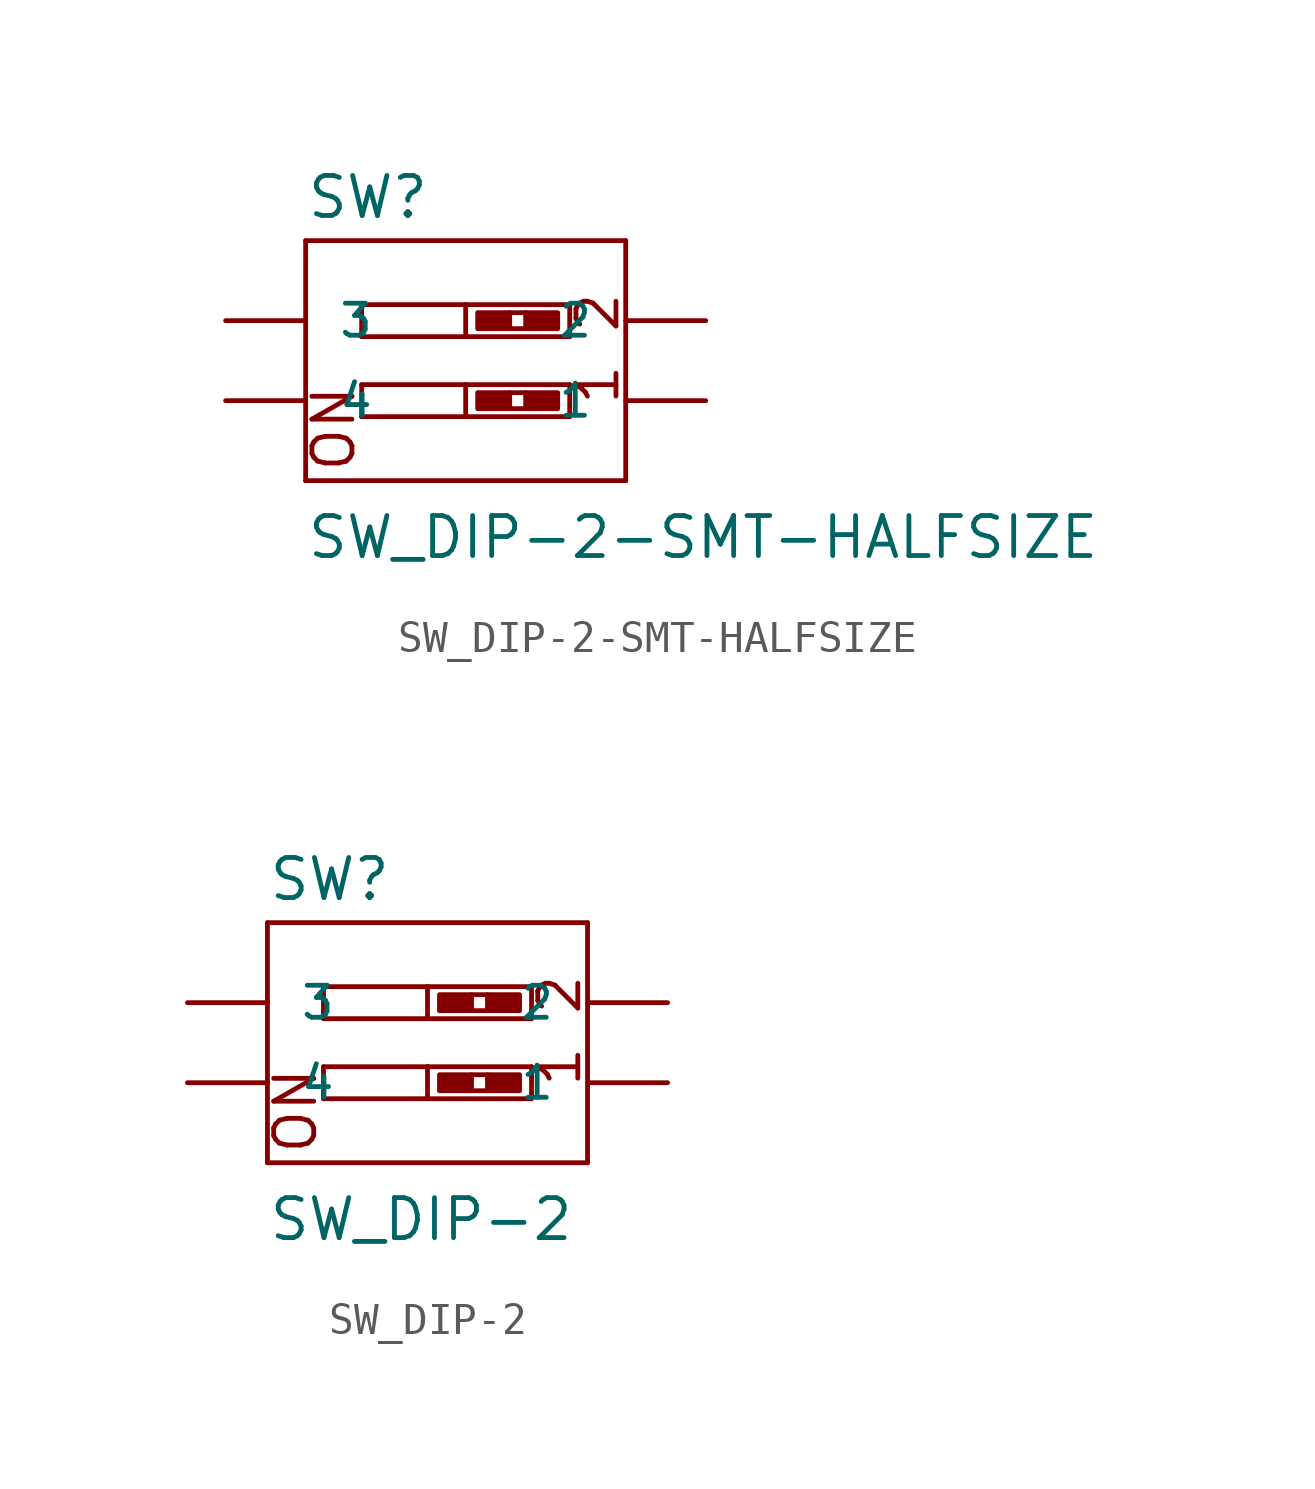
<source format=kicad_sym>
(kicad_symbol_lib
  (version 20211014)
  (generator kicad_symbol_editor)
  (symbol "SW_DIP-2-SMT-HALFSIZE"
    (pin_numbers hide)
    (pin_names
      (offset 1.016))
    (property "Reference" "SW"
      (at -5.08 3.175 0)
      (effects (font (size 1.27 1.27)) (justify left bottom)))
    (property "Value" "SW_DIP-2-SMT-HALFSIZE"
      (at -5.08 -7.62 0)
      (effects (font (size 1.27 1.27)) (justify left bottom)))
    (property "ki_locked" ""
      (at 0 0 0)
      (effects (font (size 1.27 1.27))))
    (symbol "SW_DIP-2-SMT-HALFSIZE_1_0"
      (polyline (pts (xy -5.08 -5.08) (xy -5.08 2.54)) (stroke (width 0) (type default) (color 0 0 0 0)) (fill (type none)))
      (polyline (pts (xy -5.08 -5.08) (xy 5.08 -5.08)) (stroke (width 0) (type default) (color 0 0 0 0)) (fill (type none)))
      (polyline (pts (xy -3.302 -3.048) (xy -3.302 -2.032)) (stroke (width 0) (type default) (color 0 0 0 0)) (fill (type none)))
      (polyline (pts (xy -3.302 -2.032) (xy 0 -2.032)) (stroke (width 0) (type default) (color 0 0 0 0)) (fill (type none)))
      (polyline (pts (xy -3.302 -0.508) (xy -3.302 0.508)) (stroke (width 0) (type default) (color 0 0 0 0)) (fill (type none)))
      (polyline (pts (xy -3.302 0.508) (xy 0 0.508)) (stroke (width 0) (type default) (color 0 0 0 0)) (fill (type none)))
      (polyline (pts (xy 0 -3.048) (xy -3.302 -3.048)) (stroke (width 0) (type default) (color 0 0 0 0)) (fill (type none)))
      (polyline (pts (xy 0 -2.032) (xy 0 -3.048)) (stroke (width 0) (type default) (color 0 0 0 0)) (fill (type none)))
      (polyline (pts (xy 0 -2.032) (xy 3.302 -2.032)) (stroke (width 0) (type default) (color 0 0 0 0)) (fill (type none)))
      (polyline (pts (xy 0 -0.508) (xy -3.302 -0.508)) (stroke (width 0) (type default) (color 0 0 0 0)) (fill (type none)))
      (polyline (pts (xy 0 0.508) (xy 0 -0.508)) (stroke (width 0) (type default) (color 0 0 0 0)) (fill (type none)))
      (polyline (pts (xy 0 0.508) (xy 3.302 0.508)) (stroke (width 0) (type default) (color 0 0 0 0)) (fill (type none)))
      (polyline (pts (xy 1.397 -2.794) (xy 1.905 -2.794)) (stroke (width 0) (type default) (color 0 0 0 0)) (fill (type none)))
      (polyline (pts (xy 1.397 -2.286) (xy 1.905 -2.286)) (stroke (width 0) (type default) (color 0 0 0 0)) (fill (type none)))
      (polyline (pts (xy 1.397 -0.254) (xy 1.905 -0.254)) (stroke (width 0) (type default) (color 0 0 0 0)) (fill (type none)))
      (polyline (pts (xy 1.397 0.254) (xy 1.905 0.254)) (stroke (width 0) (type default) (color 0 0 0 0)) (fill (type none)))
      (polyline (pts (xy 3.302 -3.048) (xy 0 -3.048)) (stroke (width 0) (type default) (color 0 0 0 0)) (fill (type none)))
      (polyline (pts (xy 3.302 -2.032) (xy 3.302 -3.048)) (stroke (width 0) (type default) (color 0 0 0 0)) (fill (type none)))
      (polyline (pts (xy 3.302 -0.508) (xy 0 -0.508)) (stroke (width 0) (type default) (color 0 0 0 0)) (fill (type none)))
      (polyline (pts (xy 3.302 0.508) (xy 3.302 -0.508)) (stroke (width 0) (type default) (color 0 0 0 0)) (fill (type none)))
      (polyline (pts (xy 5.08 2.54) (xy -5.08 2.54)) (stroke (width 0) (type default) (color 0 0 0 0)) (fill (type none)))
      (polyline (pts (xy 5.08 2.54) (xy 5.08 -5.08)) (stroke (width 0) (type default) (color 0 0 0 0)) (fill (type none)))
      (text "1" (at 4.191 -2.032 900) (effects (font (size 1.27 1.27))))
      (text "2" (at 4.191 0.254 900) (effects (font (size 1.27 1.27))))
      (text "ON" (at -4.191 -3.429 900) (effects (font (size 1.27 1.27)))))
    (symbol "SW_DIP-2-SMT-HALFSIZE_1_1"
      (rectangle (start 0.381 -2.794) (end 1.397 -2.286) (stroke (width 0) (type default) (color 0 0 0 0)) (fill (type outline)))
      (rectangle (start 0.381 -0.254) (end 1.397 0.254) (stroke (width 0) (type default) (color 0 0 0 0)) (fill (type outline)))
      (rectangle (start 1.905 -2.794) (end 2.921 -2.286) (stroke (width 0) (type default) (color 0 0 0 0)) (fill (type outline)))
      (rectangle (start 1.905 -0.254) (end 2.921 0.254) (stroke (width 0) (type default) (color 0 0 0 0)) (fill (type outline)))
      (pin passive line (at 7.62 -2.54 180) (length 2.54) (name "1" (effects (font (size 1.016 1.016)))) (number "1" (effects (font (size 1.016 1.016)))))
      (pin passive line (at 7.62 0 180) (length 2.54) (name "2" (effects (font (size 1.016 1.016)))) (number "2" (effects (font (size 1.016 1.016)))))
      (pin passive line (at -7.62 0 0) (length 2.54) (name "3" (effects (font (size 1.016 1.016)))) (number "3" (effects (font (size 1.016 1.016)))))
      (pin passive line (at -7.62 -2.54 0) (length 2.54) (name "4" (effects (font (size 1.016 1.016)))) (number "4" (effects (font (size 1.016 1.016)))))))
  (symbol "SW_DIP-2"
    (pin_numbers hide)
    (pin_names
      (offset 1.016))
    (property "Reference" "SW"
      (at -5.08 3.175 0)
      (effects (font (size 1.27 1.27)) (justify left bottom)))
    (property "Value" "SW_DIP-2"
      (at -5.08 -7.62 0)
      (effects (font (size 1.27 1.27)) (justify left bottom)))
    (property "ki_locked" ""
      (at 0 0 0)
      (effects (font (size 1.27 1.27))))
    (symbol "SW_DIP-2_1_0"
      (polyline (pts (xy -5.08 -5.08) (xy -5.08 2.54)) (stroke (width 0) (type default) (color 0 0 0 0)) (fill (type none)))
      (polyline (pts (xy -5.08 -5.08) (xy 5.08 -5.08)) (stroke (width 0) (type default) (color 0 0 0 0)) (fill (type none)))
      (polyline (pts (xy -3.302 -3.048) (xy -3.302 -2.032)) (stroke (width 0) (type default) (color 0 0 0 0)) (fill (type none)))
      (polyline (pts (xy -3.302 -2.032) (xy 0 -2.032)) (stroke (width 0) (type default) (color 0 0 0 0)) (fill (type none)))
      (polyline (pts (xy -3.302 -0.508) (xy -3.302 0.508)) (stroke (width 0) (type default) (color 0 0 0 0)) (fill (type none)))
      (polyline (pts (xy -3.302 0.508) (xy 0 0.508)) (stroke (width 0) (type default) (color 0 0 0 0)) (fill (type none)))
      (polyline (pts (xy 0 -3.048) (xy -3.302 -3.048)) (stroke (width 0) (type default) (color 0 0 0 0)) (fill (type none)))
      (polyline (pts (xy 0 -2.032) (xy 0 -3.048)) (stroke (width 0) (type default) (color 0 0 0 0)) (fill (type none)))
      (polyline (pts (xy 0 -2.032) (xy 3.302 -2.032)) (stroke (width 0) (type default) (color 0 0 0 0)) (fill (type none)))
      (polyline (pts (xy 0 -0.508) (xy -3.302 -0.508)) (stroke (width 0) (type default) (color 0 0 0 0)) (fill (type none)))
      (polyline (pts (xy 0 0.508) (xy 0 -0.508)) (stroke (width 0) (type default) (color 0 0 0 0)) (fill (type none)))
      (polyline (pts (xy 0 0.508) (xy 3.302 0.508)) (stroke (width 0) (type default) (color 0 0 0 0)) (fill (type none)))
      (polyline (pts (xy 1.397 -2.794) (xy 1.905 -2.794)) (stroke (width 0) (type default) (color 0 0 0 0)) (fill (type none)))
      (polyline (pts (xy 1.397 -2.286) (xy 1.905 -2.286)) (stroke (width 0) (type default) (color 0 0 0 0)) (fill (type none)))
      (polyline (pts (xy 1.397 -0.254) (xy 1.905 -0.254)) (stroke (width 0) (type default) (color 0 0 0 0)) (fill (type none)))
      (polyline (pts (xy 1.397 0.254) (xy 1.905 0.254)) (stroke (width 0) (type default) (color 0 0 0 0)) (fill (type none)))
      (polyline (pts (xy 3.302 -3.048) (xy 0 -3.048)) (stroke (width 0) (type default) (color 0 0 0 0)) (fill (type none)))
      (polyline (pts (xy 3.302 -2.032) (xy 3.302 -3.048)) (stroke (width 0) (type default) (color 0 0 0 0)) (fill (type none)))
      (polyline (pts (xy 3.302 -0.508) (xy 0 -0.508)) (stroke (width 0) (type default) (color 0 0 0 0)) (fill (type none)))
      (polyline (pts (xy 3.302 0.508) (xy 3.302 -0.508)) (stroke (width 0) (type default) (color 0 0 0 0)) (fill (type none)))
      (polyline (pts (xy 5.08 2.54) (xy -5.08 2.54)) (stroke (width 0) (type default) (color 0 0 0 0)) (fill (type none)))
      (polyline (pts (xy 5.08 2.54) (xy 5.08 -5.08)) (stroke (width 0) (type default) (color 0 0 0 0)) (fill (type none)))
      (text "1" (at 4.191 -2.032 900) (effects (font (size 1.27 1.27))))
      (text "2" (at 4.191 0.254 900) (effects (font (size 1.27 1.27))))
      (text "ON" (at -4.191 -3.429 900) (effects (font (size 1.27 1.27)))))
    (symbol "SW_DIP-2_1_1"
      (rectangle (start 0.381 -2.794) (end 1.397 -2.286) (stroke (width 0) (type default) (color 0 0 0 0)) (fill (type outline)))
      (rectangle (start 0.381 -0.254) (end 1.397 0.254) (stroke (width 0) (type default) (color 0 0 0 0)) (fill (type outline)))
      (rectangle (start 1.905 -2.794) (end 2.921 -2.286) (stroke (width 0) (type default) (color 0 0 0 0)) (fill (type outline)))
      (rectangle (start 1.905 -0.254) (end 2.921 0.254) (stroke (width 0) (type default) (color 0 0 0 0)) (fill (type outline)))
      (pin passive line (at 7.62 -2.54 180) (length 2.54) (name "1" (effects (font (size 1.016 1.016)))) (number "1" (effects (font (size 1.016 1.016)))))
      (pin passive line (at 7.62 0 180) (length 2.54) (name "2" (effects (font (size 1.016 1.016)))) (number "2" (effects (font (size 1.016 1.016)))))
      (pin passive line (at -7.62 0 0) (length 2.54) (name "3" (effects (font (size 1.016 1.016)))) (number "3" (effects (font (size 1.016 1.016)))))
      (pin passive line (at -7.62 -2.54 0) (length 2.54) (name "4" (effects (font (size 1.016 1.016)))) (number "4" (effects (font (size 1.016 1.016))))))))
</source>
